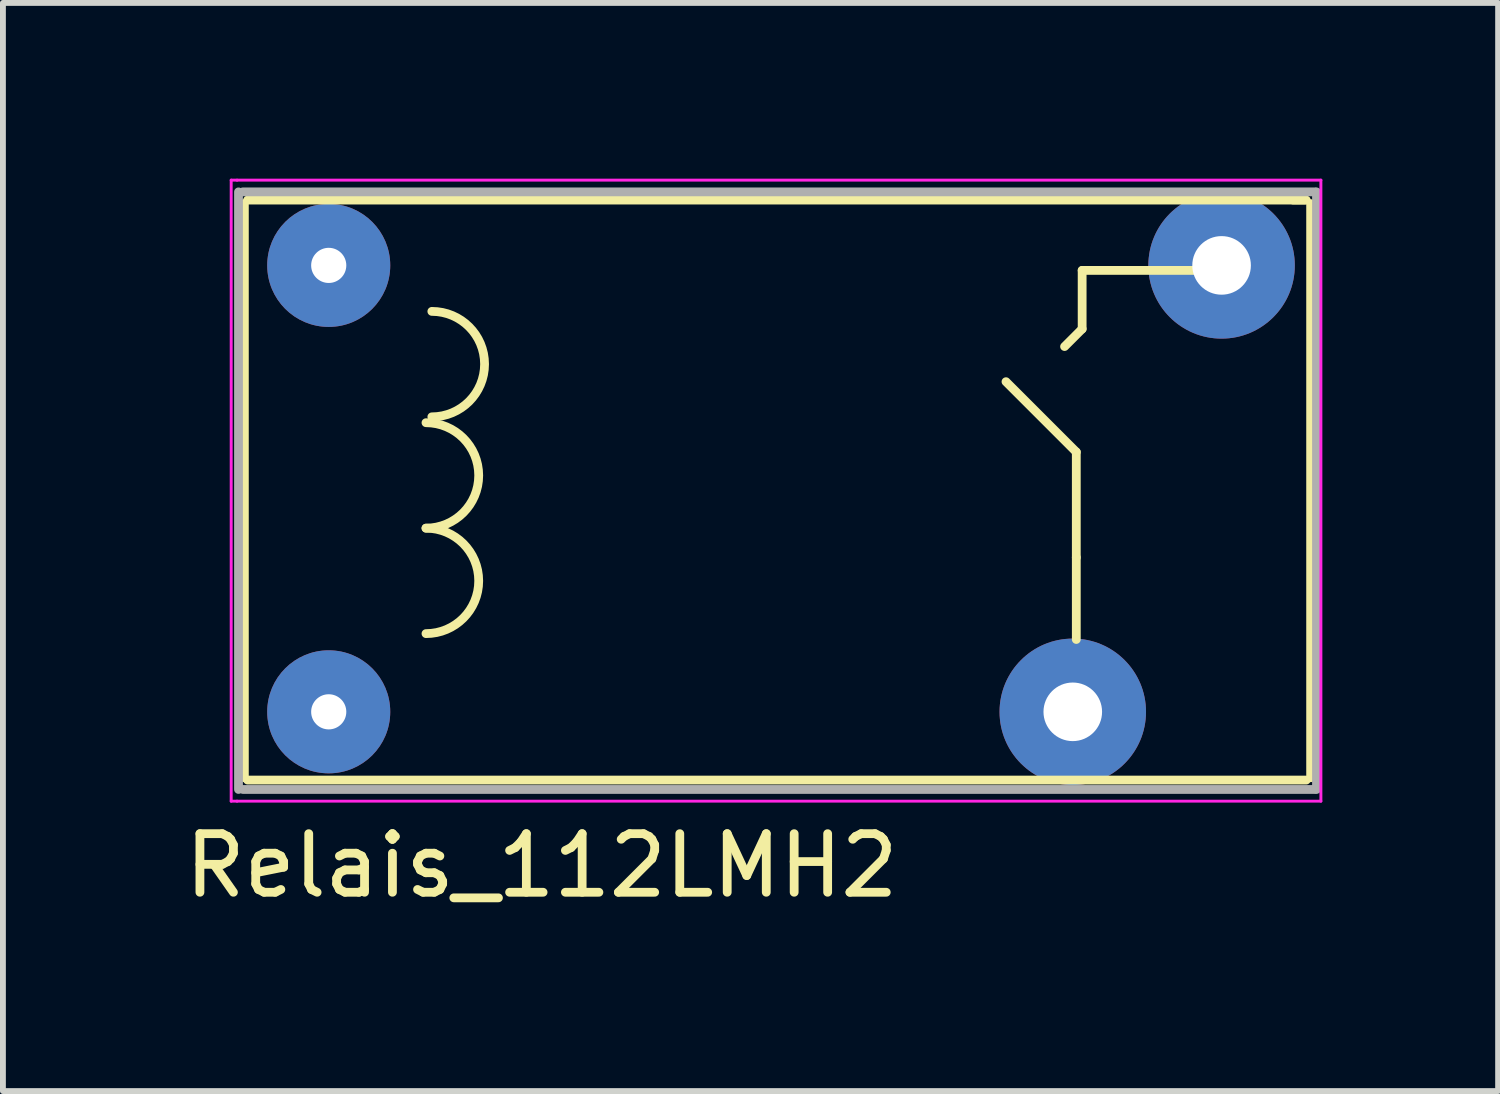
<source format=kicad_pcb>
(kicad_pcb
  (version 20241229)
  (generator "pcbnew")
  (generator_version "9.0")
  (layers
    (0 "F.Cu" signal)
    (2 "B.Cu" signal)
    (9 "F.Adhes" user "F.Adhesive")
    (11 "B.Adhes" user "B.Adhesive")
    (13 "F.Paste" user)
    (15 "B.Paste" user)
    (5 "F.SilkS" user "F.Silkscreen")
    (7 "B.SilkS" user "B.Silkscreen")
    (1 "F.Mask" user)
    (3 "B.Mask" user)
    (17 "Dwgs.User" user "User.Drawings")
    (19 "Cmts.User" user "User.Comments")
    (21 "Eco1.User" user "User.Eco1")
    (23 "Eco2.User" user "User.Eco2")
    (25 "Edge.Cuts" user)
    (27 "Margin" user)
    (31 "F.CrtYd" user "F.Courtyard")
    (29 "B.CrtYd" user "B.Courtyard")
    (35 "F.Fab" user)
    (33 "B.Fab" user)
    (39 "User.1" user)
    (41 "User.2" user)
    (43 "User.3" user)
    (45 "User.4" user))
  (footprint "Relais_112LMH2"
    (layer "F.Cu")
    (at 10.211 5.445)
    (property "Reference" "Relais_112LMH2" (at -4.015 6.28 0) (layer "F.SilkS") (effects (font (size 1 1) (thickness 0.15))))
    (attr through_hole)
    (fp_line (start -9.09 4.78) (end -9.09 -5.02) (stroke (width 0.15) (type solid)) (layer "F.SilkS"))
    (fp_line (start -9.035 -5.08) (end 9.035 -5.08) (stroke (width 0.15) (type solid)) (layer "F.SilkS"))
    (fp_line (start 4.91 -2.58) (end 5.21 -2.88) (stroke (width 0.15) (type solid)) (layer "F.SilkS"))
    (fp_line (start 5.11 -0.78) (end 3.91 -1.98) (stroke (width 0.15) (type solid)) (layer "F.SilkS"))
    (fp_line (start 5.11 1.02) (end 5.11 -0.78) (stroke (width 0.15) (type solid)) (layer "F.SilkS"))
    (fp_line (start 5.11 2.42) (end 5.11 1.02) (stroke (width 0.15) (type solid)) (layer "F.SilkS"))
    (fp_line (start 5.21 -3.88) (end 5.21 -2.88) (stroke (width 0.15) (type solid)) (layer "F.SilkS"))
    (fp_line (start 7.61 -3.88) (end 5.21 -3.88) (stroke (width 0.15) (type solid)) (layer "F.SilkS"))
    (fp_line (start 8.81 -5.08) (end 9.01 -5.08) (stroke (width 0.15) (type solid)) (layer "F.SilkS"))
    (fp_line (start 9.035 4.82) (end -9.035 4.82) (stroke (width 0.15) (type solid)) (layer "F.SilkS"))
    (fp_line (start 9.11 -5.02) (end 9.11 4.78) (stroke (width 0.15) (type solid)) (layer "F.SilkS"))
    (fp_arc (start -5.99 -1.28) (mid -5.09 -0.38) (end -5.99 0.52) (stroke (width 0.15) (type solid)) (layer "F.SilkS"))
    (fp_arc (start -5.99 0.52) (mid -5.09 1.42) (end -5.99 2.32) (stroke (width 0.15) (type solid)) (layer "F.SilkS"))
    (fp_arc (start -5.89 -3.18) (mid -4.99 -2.28) (end -5.89 -1.38) (stroke (width 0.15) (type solid)) (layer "F.SilkS"))
    (fp_line (start -9.315 -5.42) (end -9.215 -5.42) (stroke (width 0.05) (type solid)) (layer "F.CrtYd"))
    (fp_line (start -9.315 5.18) (end -9.315 -5.42) (stroke (width 0.05) (type solid)) (layer "F.CrtYd"))
    (fp_line (start -9.215 -5.42) (end 9.285 -5.42) (stroke (width 0.05) (type solid)) (layer "F.CrtYd"))
    (fp_line (start -9.215 5.18) (end -9.315 5.18) (stroke (width 0.05) (type solid)) (layer "F.CrtYd"))
    (fp_line (start 9.285 -5.42) (end 9.285 5.18) (stroke (width 0.05) (type solid)) (layer "F.CrtYd"))
    (fp_line (start 9.285 5.18) (end -9.215 5.18) (stroke (width 0.05) (type solid)) (layer "F.CrtYd"))
    (fp_line (start -9.19 4.98) (end -9.19 -5.22) (stroke (width 0.15) (type solid)) (layer "F.Fab"))
    (fp_line (start -9.115 -5.22) (end 9.185 -5.22) (stroke (width 0.15) (type solid)) (layer "F.Fab"))
    (fp_line (start 9.185 4.98) (end -9.115 4.98) (stroke (width 0.15) (type solid)) (layer "F.Fab"))
    (fp_line (start 9.21 -5.22) (end 9.21 4.98) (stroke (width 0.15) (type solid)) (layer "F.Fab"))
    (pad "b1" thru_hole circle (at -7.65 3.655) (size 2.1 2.1) (drill 0.6) (layers "*.Cu" "*.Mask"))
    (pad "b2" thru_hole circle (at -7.65 -3.965) (size 2.1 2.1) (drill 0.6) (layers "*.Cu" "*.Mask"))
    (pad "c1" thru_hole circle (at 5.05 3.655) (size 2.5 2.5) (drill 1) (layers "*.Cu" "*.Mask"))
    (pad "c2" thru_hole circle (at 7.59 -3.965) (size 2.5 2.5) (drill 1) (layers "*.Cu" "*.Mask")))
  (gr_rect
    (start -3 -3)
    (end 22.521 15.573)
    (stroke (width 0.1) (type default))
    (fill no)
    (layer "Edge.Cuts")))
</source>
